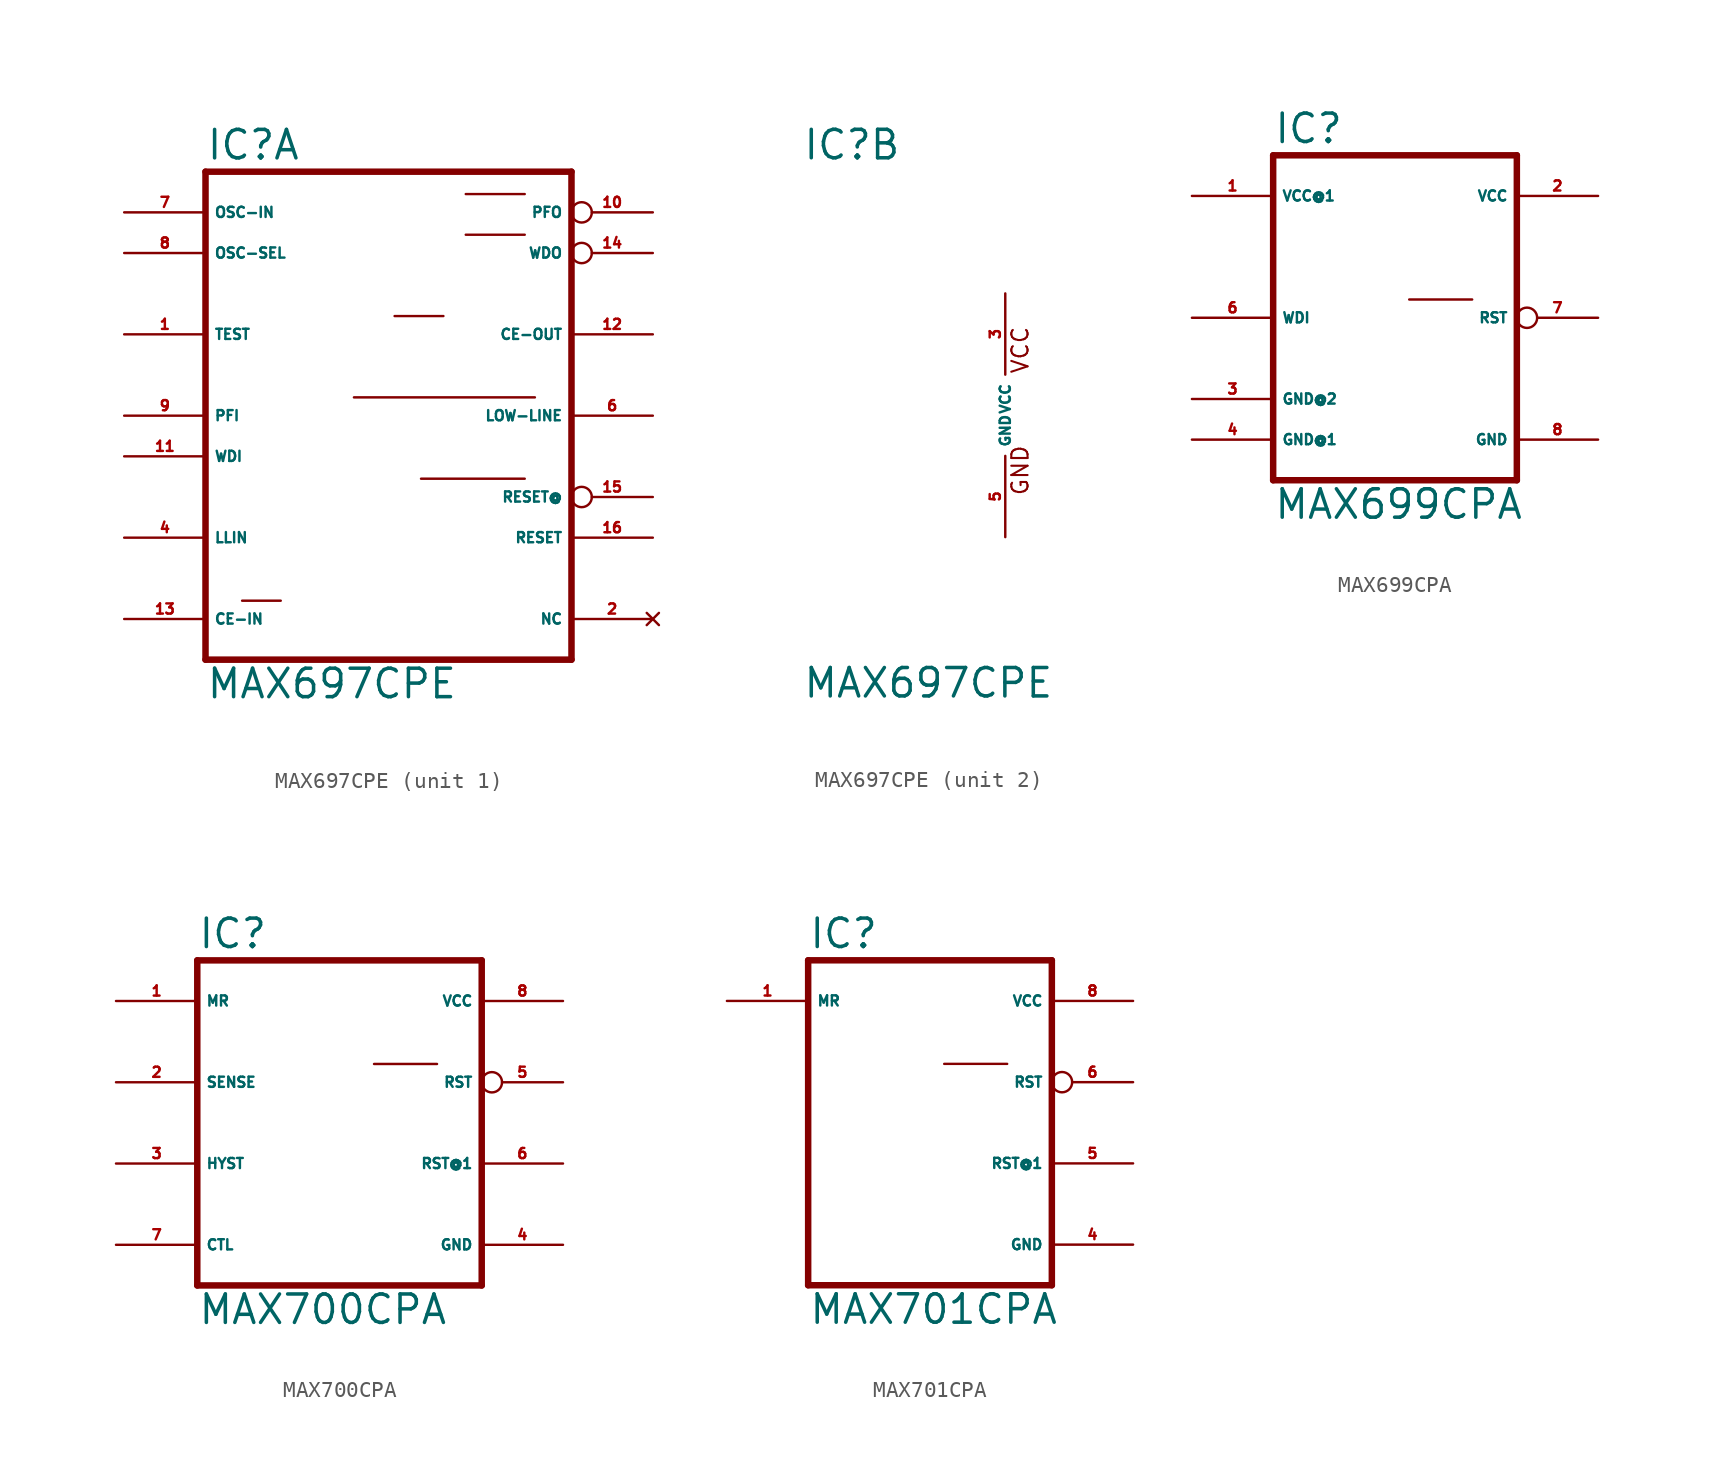
<source format=kicad_sym>
(kicad_symbol_lib
  (version 20220914)
  (generator Eagle2Kicad)
  (symbol "MAX697CPE"
    (property "Reference" "IC"
      (at -12.7 15.875 0)
      (effects (font (size 1.778 1.778) (thickness 0.22)) (justify left bottom)))
    (property "Value" "MAX697CPE"
      (at -12.7 -17.78 0)
      (effects (font (size 1.778 1.778) (thickness 0.22)) (justify left bottom)))
    (symbol "MAX697CPE_1_0"
      (polyline (pts (xy -12.7 -15.24) (xy 10.16 -15.24)) (stroke (width 0.406) (type default)) (fill (type none)))
      (polyline (pts (xy 10.16 15.24) (xy 10.16 -15.24)) (stroke (width 0.406) (type default)) (fill (type none)))
      (polyline (pts (xy 10.16 15.24) (xy -12.7 15.24)) (stroke (width 0.406) (type default)) (fill (type none)))
      (polyline (pts (xy -12.7 -15.24) (xy -12.7 15.24)) (stroke (width 0.406) (type default)) (fill (type none)))
      (polyline (pts (xy 0.762 -3.937) (xy 7.239 -3.937)) (stroke (width 0.152) (type default)) (fill (type none)))
      (polyline (pts (xy 3.556 11.303) (xy 7.239 11.303)) (stroke (width 0.152) (type default)) (fill (type none)))
      (polyline (pts (xy 3.556 13.843) (xy 7.239 13.843)) (stroke (width 0.152) (type default)) (fill (type none)))
      (polyline (pts (xy -3.429 1.143) (xy 7.874 1.143)) (stroke (width 0.152) (type default)) (fill (type none)))
      (polyline (pts (xy -0.889 6.223) (xy 2.159 6.223)) (stroke (width 0.152) (type default)) (fill (type none)))
      (polyline (pts (xy -10.414 -11.557) (xy -8.001 -11.557)) (stroke (width 0.152) (type default)) (fill (type none)))
      (pin no_connect line (at 15.24 -12.7 180) (length 5.08) (name "NC" (effects (font (size 0.635 0.635) (thickness 0.08)) (justify left bottom) hide)) (number "2" (effects (font (size 0.635 0.635) (thickness 0.08)) (justify left bottom) hide)))
      (pin passive line (at -17.78 12.7 0) (length 5.08) (name "OSC-IN" (effects (font (size 0.635 0.635) (thickness 0.08)) (justify left bottom))) (number "7" (effects (font (size 0.635 0.635) (thickness 0.08)) (justify left bottom))))
      (pin output inverted (at 15.24 12.7 180) (length 5.08) (name "PFO" (effects (font (size 0.635 0.635) (thickness 0.08)) (justify left bottom))) (number "10" (effects (font (size 0.635 0.635) (thickness 0.08)) (justify left bottom))))
      (pin passive line (at -17.78 5.08 0) (length 5.08) (name "TEST" (effects (font (size 0.635 0.635) (thickness 0.08)) (justify left bottom))) (number "1" (effects (font (size 0.635 0.635) (thickness 0.08)) (justify left bottom))))
      (pin output line (at 15.24 0 180) (length 5.08) (name "LOW-LINE" (effects (font (size 0.635 0.635) (thickness 0.08)) (justify left bottom))) (number "6" (effects (font (size 0.635 0.635) (thickness 0.08)) (justify left bottom))))
      (pin input line (at -17.78 -7.62 0) (length 5.08) (name "LLIN" (effects (font (size 0.635 0.635) (thickness 0.08)) (justify left bottom))) (number "4" (effects (font (size 0.635 0.635) (thickness 0.08)) (justify left bottom))))
      (pin passive line (at -17.78 10.16 0) (length 5.08) (name "OSC-SEL" (effects (font (size 0.635 0.635) (thickness 0.08)) (justify left bottom))) (number "8" (effects (font (size 0.635 0.635) (thickness 0.08)) (justify left bottom))))
      (pin output line (at 15.24 5.08 180) (length 5.08) (name "CE-OUT" (effects (font (size 0.635 0.635) (thickness 0.08)) (justify left bottom))) (number "12" (effects (font (size 0.635 0.635) (thickness 0.08)) (justify left bottom))))
      (pin input line (at -17.78 0 0) (length 5.08) (name "PFI" (effects (font (size 0.635 0.635) (thickness 0.08)) (justify left bottom))) (number "9" (effects (font (size 0.635 0.635) (thickness 0.08)) (justify left bottom))))
      (pin input line (at -17.78 -2.54 0) (length 5.08) (name "WDI" (effects (font (size 0.635 0.635) (thickness 0.08)) (justify left bottom))) (number "11" (effects (font (size 0.635 0.635) (thickness 0.08)) (justify left bottom))))
      (pin output inverted (at 15.24 10.16 180) (length 5.08) (name "WDO" (effects (font (size 0.635 0.635) (thickness 0.08)) (justify left bottom))) (number "14" (effects (font (size 0.635 0.635) (thickness 0.08)) (justify left bottom))))
      (pin output line (at 15.24 -7.62 180) (length 5.08) (name "RESET" (effects (font (size 0.635 0.635) (thickness 0.08)) (justify left bottom))) (number "16" (effects (font (size 0.635 0.635) (thickness 0.08)) (justify left bottom))))
      (pin input line (at -17.78 -12.7 0) (length 5.08) (name "CE-IN" (effects (font (size 0.635 0.635) (thickness 0.08)) (justify left bottom))) (number "13" (effects (font (size 0.635 0.635) (thickness 0.08)) (justify left bottom))))
      (pin output inverted (at 15.24 -5.08 180) (length 5.08) (name "RESET@" (effects (font (size 0.635 0.635) (thickness 0.08)) (justify left bottom))) (number "15" (effects (font (size 0.635 0.635) (thickness 0.08)) (justify left bottom)))))
    (symbol "MAX697CPE_2_0"
      (text "GND" (at 1.524 -5.08 900) (effects (font (size 1.016 1.016) (thickness 0.13)) (justify left bottom)))
      (text "VCC" (at 1.524 2.54 900) (effects (font (size 1.016 1.016) (thickness 0.13)) (justify left bottom)))
      (pin unspecified line (at 0 7.62 270) (length 5.08) (name "VCC" (effects (font (size 0.635 0.635) (thickness 0.08)) (justify left bottom))) (number "3" (effects (font (size 0.635 0.635) (thickness 0.08)) (justify left bottom))))
      (pin unspecified line (at 0 -7.62 90) (length 5.08) (name "GND" (effects (font (size 0.635 0.635) (thickness 0.08)) (justify left bottom))) (number "5" (effects (font (size 0.635 0.635) (thickness 0.08)) (justify left bottom))))))
  (symbol "MAX699CPA"
    (property "Reference" "IC"
      (at -7.62 10.795 0)
      (effects (font (size 1.778 1.778) (thickness 0.22)) (justify left bottom)))
    (property "Value" "MAX699CPA"
      (at -7.62 -12.7 0)
      (effects (font (size 1.778 1.778) (thickness 0.22)) (justify left bottom)))
    (polyline
      (pts (xy 7.62 -10.16) (xy -7.62 -10.16))
      (stroke (width 0.406) (type default))
      (fill (type none)))
    (polyline
      (pts (xy -7.62 10.16) (xy -7.62 -10.16))
      (stroke (width 0.406) (type default))
      (fill (type none)))
    (polyline
      (pts (xy -7.62 10.16) (xy 7.62 10.16))
      (stroke (width 0.406) (type default))
      (fill (type none)))
    (polyline
      (pts (xy 7.62 -10.16) (xy 7.62 10.16))
      (stroke (width 0.406) (type default))
      (fill (type none)))
    (polyline
      (pts (xy 0.889 1.143) (xy 4.826 1.143))
      (stroke (width 0.152) (type default))
      (fill (type none)))
    (pin unspecified line
      (at 12.7 -7.62 180)
      (length 5.08)
      (name "GND" (effects (font (size 0.635 0.635) (thickness 0.08)) (justify left bottom)))
      (number "8" (effects (font (size 0.635 0.635) (thickness 0.08)) (justify left bottom))))
    (pin output inverted
      (at 12.7 0 180)
      (length 5.08)
      (name "RST" (effects (font (size 0.635 0.635) (thickness 0.08)) (justify left bottom)))
      (number "7" (effects (font (size 0.635 0.635) (thickness 0.08)) (justify left bottom))))
    (pin unspecified line
      (at 12.7 7.62 180)
      (length 5.08)
      (name "VCC" (effects (font (size 0.635 0.635) (thickness 0.08)) (justify left bottom)))
      (number "2" (effects (font (size 0.635 0.635) (thickness 0.08)) (justify left bottom))))
    (pin unspecified line
      (at -12.7 7.62 0)
      (length 5.08)
      (name "VCC@1" (effects (font (size 0.635 0.635) (thickness 0.08)) (justify left bottom)))
      (number "1" (effects (font (size 0.635 0.635) (thickness 0.08)) (justify left bottom))))
    (pin unspecified line
      (at -12.7 -7.62 0)
      (length 5.08)
      (name "GND@1" (effects (font (size 0.635 0.635) (thickness 0.08)) (justify left bottom)))
      (number "4" (effects (font (size 0.635 0.635) (thickness 0.08)) (justify left bottom))))
    (pin unspecified line
      (at -12.7 -5.08 0)
      (length 5.08)
      (name "GND@2" (effects (font (size 0.635 0.635) (thickness 0.08)) (justify left bottom)))
      (number "3" (effects (font (size 0.635 0.635) (thickness 0.08)) (justify left bottom))))
    (pin input line
      (at -12.7 0 0)
      (length 5.08)
      (name "WDI" (effects (font (size 0.635 0.635) (thickness 0.08)) (justify left bottom)))
      (number "6" (effects (font (size 0.635 0.635) (thickness 0.08)) (justify left bottom)))))
  (symbol "MAX700CPA"
    (property "Reference" "IC"
      (at -10.16 10.795 0)
      (effects (font (size 1.778 1.778) (thickness 0.22)) (justify left bottom)))
    (property "Value" "MAX700CPA"
      (at -10.16 -12.7 0)
      (effects (font (size 1.778 1.778) (thickness 0.22)) (justify left bottom)))
    (polyline
      (pts (xy 7.62 -10.16) (xy -10.16 -10.16))
      (stroke (width 0.406) (type default))
      (fill (type none)))
    (polyline
      (pts (xy -10.16 10.16) (xy -10.16 -10.16))
      (stroke (width 0.406) (type default))
      (fill (type none)))
    (polyline
      (pts (xy -10.16 10.16) (xy 7.62 10.16))
      (stroke (width 0.406) (type default))
      (fill (type none)))
    (polyline
      (pts (xy 7.62 -10.16) (xy 7.62 10.16))
      (stroke (width 0.406) (type default))
      (fill (type none)))
    (polyline
      (pts (xy 0.889 3.683) (xy 4.826 3.683))
      (stroke (width 0.152) (type default))
      (fill (type none)))
    (pin unspecified line
      (at 12.7 -7.62 180)
      (length 5.08)
      (name "GND" (effects (font (size 0.635 0.635) (thickness 0.08)) (justify left bottom)))
      (number "4" (effects (font (size 0.635 0.635) (thickness 0.08)) (justify left bottom))))
    (pin output inverted
      (at 12.7 2.54 180)
      (length 5.08)
      (name "RST" (effects (font (size 0.635 0.635) (thickness 0.08)) (justify left bottom)))
      (number "5" (effects (font (size 0.635 0.635) (thickness 0.08)) (justify left bottom))))
    (pin unspecified line
      (at 12.7 7.62 180)
      (length 5.08)
      (name "VCC" (effects (font (size 0.635 0.635) (thickness 0.08)) (justify left bottom)))
      (number "8" (effects (font (size 0.635 0.635) (thickness 0.08)) (justify left bottom))))
    (pin input line
      (at -15.24 7.62 0)
      (length 5.08)
      (name "MR" (effects (font (size 0.635 0.635) (thickness 0.08)) (justify left bottom)))
      (number "1" (effects (font (size 0.635 0.635) (thickness 0.08)) (justify left bottom))))
    (pin input line
      (at -15.24 -7.62 0)
      (length 5.08)
      (name "CTL" (effects (font (size 0.635 0.635) (thickness 0.08)) (justify left bottom)))
      (number "7" (effects (font (size 0.635 0.635) (thickness 0.08)) (justify left bottom))))
    (pin passive line
      (at -15.24 -2.54 0)
      (length 5.08)
      (name "HYST" (effects (font (size 0.635 0.635) (thickness 0.08)) (justify left bottom)))
      (number "3" (effects (font (size 0.635 0.635) (thickness 0.08)) (justify left bottom))))
    (pin output line
      (at 12.7 -2.54 180)
      (length 5.08)
      (name "RST@1" (effects (font (size 0.635 0.635) (thickness 0.08)) (justify left bottom)))
      (number "6" (effects (font (size 0.635 0.635) (thickness 0.08)) (justify left bottom))))
    (pin input line
      (at -15.24 2.54 0)
      (length 5.08)
      (name "SENSE" (effects (font (size 0.635 0.635) (thickness 0.08)) (justify left bottom)))
      (number "2" (effects (font (size 0.635 0.635) (thickness 0.08)) (justify left bottom)))))
  (symbol "MAX701CPA"
    (property "Reference" "IC"
      (at -7.62 10.795 0)
      (effects (font (size 1.778 1.778) (thickness 0.22)) (justify left bottom)))
    (property "Value" "MAX701CPA"
      (at -7.62 -12.7 0)
      (effects (font (size 1.778 1.778) (thickness 0.22)) (justify left bottom)))
    (polyline
      (pts (xy 7.62 -10.16) (xy -7.62 -10.16))
      (stroke (width 0.406) (type default))
      (fill (type none)))
    (polyline
      (pts (xy -7.62 10.16) (xy -7.62 -10.16))
      (stroke (width 0.406) (type default))
      (fill (type none)))
    (polyline
      (pts (xy -7.62 10.16) (xy 7.62 10.16))
      (stroke (width 0.406) (type default))
      (fill (type none)))
    (polyline
      (pts (xy 7.62 -10.16) (xy 7.62 10.16))
      (stroke (width 0.406) (type default))
      (fill (type none)))
    (polyline
      (pts (xy 0.889 3.683) (xy 4.826 3.683))
      (stroke (width 0.152) (type default))
      (fill (type none)))
    (pin unspecified line
      (at 12.7 -7.62 180)
      (length 5.08)
      (name "GND" (effects (font (size 0.635 0.635) (thickness 0.08)) (justify left bottom)))
      (number "4" (effects (font (size 0.635 0.635) (thickness 0.08)) (justify left bottom))))
    (pin output inverted
      (at 12.7 2.54 180)
      (length 5.08)
      (name "RST" (effects (font (size 0.635 0.635) (thickness 0.08)) (justify left bottom)))
      (number "6" (effects (font (size 0.635 0.635) (thickness 0.08)) (justify left bottom))))
    (pin unspecified line
      (at 12.7 7.62 180)
      (length 5.08)
      (name "VCC" (effects (font (size 0.635 0.635) (thickness 0.08)) (justify left bottom)))
      (number "8" (effects (font (size 0.635 0.635) (thickness 0.08)) (justify left bottom))))
    (pin input line
      (at -12.7 7.62 0)
      (length 5.08)
      (name "MR" (effects (font (size 0.635 0.635) (thickness 0.08)) (justify left bottom)))
      (number "1" (effects (font (size 0.635 0.635) (thickness 0.08)) (justify left bottom))))
    (pin output line
      (at 12.7 -2.54 180)
      (length 5.08)
      (name "RST@1" (effects (font (size 0.635 0.635) (thickness 0.08)) (justify left bottom)))
      (number "5" (effects (font (size 0.635 0.635) (thickness 0.08)) (justify left bottom))))))
</source>
